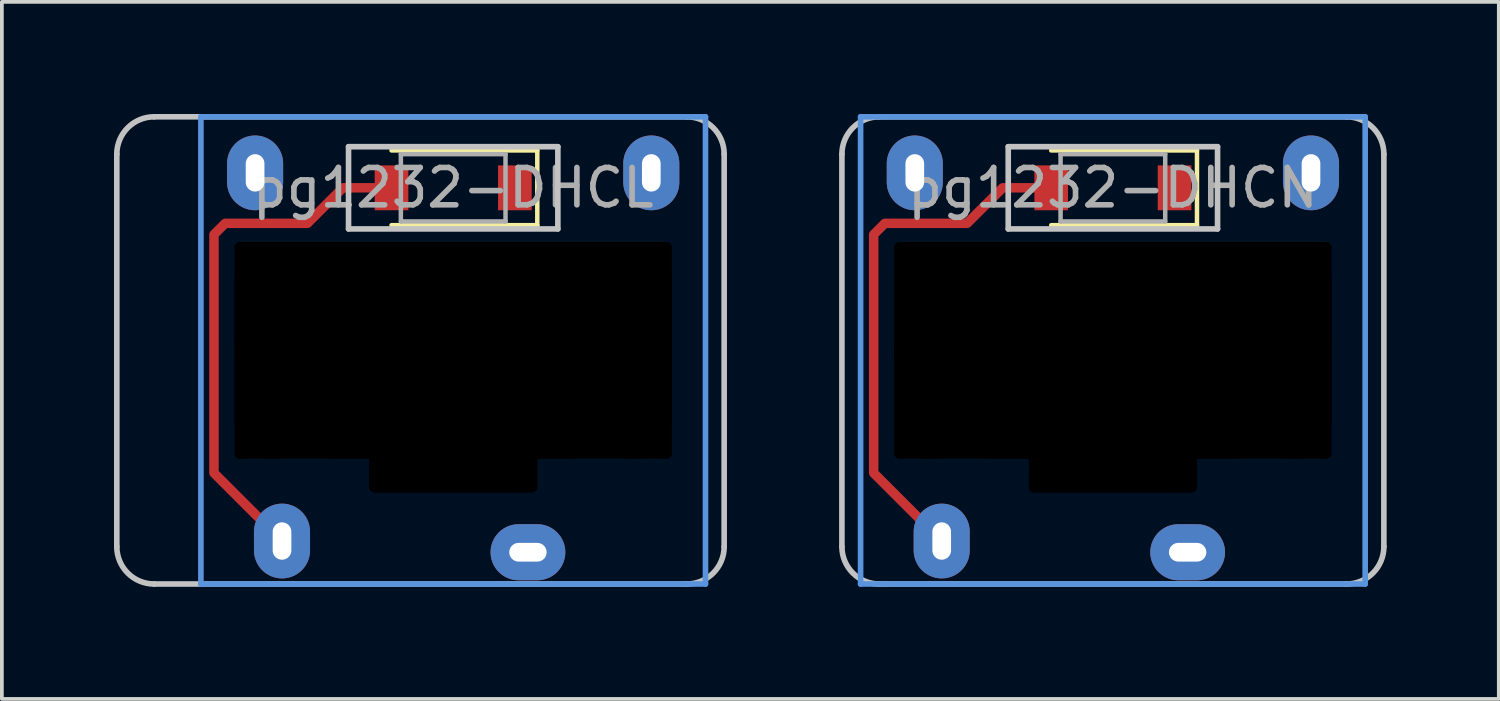
<source format=kicad_pcb>
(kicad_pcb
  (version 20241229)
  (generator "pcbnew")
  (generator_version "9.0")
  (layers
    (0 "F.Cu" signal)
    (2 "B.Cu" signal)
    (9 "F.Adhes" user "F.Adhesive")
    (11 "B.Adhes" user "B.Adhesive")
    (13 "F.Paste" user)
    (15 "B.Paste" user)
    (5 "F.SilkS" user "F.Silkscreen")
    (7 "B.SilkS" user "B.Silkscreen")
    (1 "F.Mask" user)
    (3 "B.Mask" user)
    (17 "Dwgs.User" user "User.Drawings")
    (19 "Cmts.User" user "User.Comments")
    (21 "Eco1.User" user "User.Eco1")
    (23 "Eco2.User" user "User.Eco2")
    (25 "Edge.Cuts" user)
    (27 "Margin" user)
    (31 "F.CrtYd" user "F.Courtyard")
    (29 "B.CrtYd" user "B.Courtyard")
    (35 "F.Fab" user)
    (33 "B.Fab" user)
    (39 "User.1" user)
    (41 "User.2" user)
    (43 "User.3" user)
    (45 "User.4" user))
  (footprint "pg1232-DHCN"
    (layer "F.Cu")
    (at 26.725 1.975)
    (property "Reference" "pg1232-DHCN" (at 0 0 0) (layer "F.Fab") (effects (font (size 1 1) (thickness 0.15))))
    (attr smd)
    (fp_line (start 2.25 -1) (end -1.65 -1) (stroke (width 0.12) (type solid)) (layer "F.SilkS"))
    (fp_line (start 2.25 -1) (end 2.25 1) (stroke (width 0.12) (type solid)) (layer "F.SilkS"))
    (fp_line (start 2.25 1) (end -1.65 1) (stroke (width 0.12) (type solid)) (layer "F.SilkS"))
    (fp_line (start -7.25 9.6) (end -7.25 -0.9) (stroke (width 0.15) (type solid)) (layer "Dwgs.User"))
    (fp_line (start -6.25 -1.9) (end 6.25 -1.9) (stroke (width 0.15) (type solid)) (layer "Dwgs.User"))
    (fp_line (start -2.8 -1.1) (end -2.8 1.1) (stroke (width 0.15) (type solid)) (layer "Dwgs.User"))
    (fp_line (start -2.8 1.1) (end 2.8 1.1) (stroke (width 0.15) (type solid)) (layer "Dwgs.User"))
    (fp_line (start 2.8 -1.1) (end -2.8 -1.1) (stroke (width 0.15) (type solid)) (layer "Dwgs.User"))
    (fp_line (start 2.8 1.1) (end 2.8 -1.1) (stroke (width 0.15) (type solid)) (layer "Dwgs.User"))
    (fp_line (start 6.25 10.6) (end -6.25 10.6) (stroke (width 0.15) (type solid)) (layer "Dwgs.User"))
    (fp_line (start 7.25 -0.9) (end 7.25 9.6) (stroke (width 0.15) (type solid)) (layer "Dwgs.User"))
    (fp_arc (start -7.25 -0.9) (mid -6.957107 -1.607107) (end -6.25 -1.9) (stroke (width 0.15) (type solid)) (layer "Dwgs.User"))
    (fp_arc (start -6.25 10.6) (mid -6.957107 10.307107) (end -7.25 9.6) (stroke (width 0.15) (type solid)) (layer "Dwgs.User"))
    (fp_arc (start 6.25 -1.9) (mid 6.957107 -1.607107) (end 7.25 -0.9) (stroke (width 0.15) (type solid)) (layer "Dwgs.User"))
    (fp_arc (start 7.25 9.6) (mid 6.957107 10.307107) (end 6.25 10.6) (stroke (width 0.15) (type solid)) (layer "Dwgs.User"))
    (fp_line (start -6.75 -1.9) (end -6.75 10.6) (stroke (width 0.15) (type solid)) (layer "Cmts.User"))
    (fp_line (start -6.75 10.6) (end 6.75 10.6) (stroke (width 0.15) (type solid)) (layer "Cmts.User"))
    (fp_line (start 6.75 -1.9) (end -6.75 -1.9) (stroke (width 0.15) (type solid)) (layer "Cmts.User"))
    (fp_line (start 6.75 10.6) (end 6.75 -1.9) (stroke (width 0.15) (type solid)) (layer "Cmts.User"))
    (fp_line (start -1.4 -0.9) (end -1.4 0.9) (stroke (width 0.12) (type solid)) (layer "F.Fab"))
    (fp_line (start -1.4 0.9) (end 1.4 0.9) (stroke (width 0.12) (type solid)) (layer "F.Fab"))
    (fp_line (start 1.4 -0.9) (end -1.4 -0.9) (stroke (width 0.12) (type solid)) (layer "F.Fab"))
    (fp_line (start 1.4 0.9) (end 1.4 -0.9) (stroke (width 0.12) (type solid)) (layer "F.Fab"))
    (pad "" np_thru_hole oval (at -5.7 4.35 90) (size 5.8 0.3) (drill oval 5.8 0.3) (layers "*.Mask"))
    (pad "" thru_hole oval (at -5.3 -0.4 90) (size 2 1.5) (drill oval 1 0.5) (layers "*.Cu" "B.Mask"))
    (pad "" np_thru_hole oval (at -4.85 4.35) (size 2 5.8) (drill oval 2 5.8) (layers "*.Mask"))
    (pad "" thru_hole oval (at -4.58 9.45 90) (size 2 1.5) (drill oval 1 0.5) (layers "*.Cu" "B.Mask"))
    (pad "" np_thru_hole oval (at -2.1 7.6 90) (size 1.1 0.3) (drill oval 1.1 0.3) (layers "*.Mask"))
    (pad "" smd custom (at -1.65 0) (size 0.254 0.254) (layers "F.Cu") (options (anchor circle)) (primitives (gr_line (start -4.75 7.63) (end -2.93 9.45) (width 0.254)) (gr_line (start 0 0) (end -1.3 0) (width 0.254)) (gr_line (start -1.3 0) (end -2.25 0.95) (width 0.254)) (gr_line (start -4.75 1.25) (end -4.75 7.63) (width 0.254)) (gr_line (start -2.25 0.95) (end -4.45 0.95) (width 0.254)) (gr_line (start -4.45 0.95) (end -4.75 1.25) (width 0.254))))
    (pad "" smd rect (at -1.65 0) (size 0.9 1.2) (layers "F.Cu" "F.Mask" "F.Paste"))
    (pad "" np_thru_hole oval (at 0 1.6) (size 11.7 0.3) (drill oval 11.7 0.3) (layers "*.Mask"))
    (pad "" np_thru_hole oval (at 0 4.35) (size 11.7 5.8) (drill oval 11.7 5.8) (layers "*.Mask"))
    (pad "" np_thru_hole oval (at 0 7.1) (size 11.7 0.3) (drill oval 11.7 0.3) (layers "*.Mask"))
    (pad "" np_thru_hole oval (at 0 7.65) (size 4.5 1) (drill oval 4.5 1) (layers "*.Mask"))
    (pad "" np_thru_hole oval (at 0 8) (size 4.5 0.3) (drill oval 4.5 0.3) (layers "*.Mask"))
    (pad "" np_thru_hole oval (at 2.1 7.6 90) (size 1.1 0.3) (drill oval 1.1 0.3) (layers "*.Mask"))
    (pad "" np_thru_hole oval (at 4.85 4.35) (size 2 5.8) (drill oval 2 5.8) (layers "*.Mask"))
    (pad "" thru_hole oval (at 5.3 -0.4 90) (size 2 1.5) (drill oval 1 0.5) (layers "*.Cu" "B.Mask"))
    (pad "" np_thru_hole oval (at 5.7 4.35 90) (size 5.8 0.3) (drill oval 5.8 0.3) (layers "*.Mask"))
    (pad "1" thru_hole oval (at 2 9.75) (size 2 1.5) (drill oval 1 0.5) (layers "*.Cu" "B.Mask"))
    (pad "2" smd rect (at 1.65 0) (size 0.9 1.2) (layers "F.Cu" "F.Mask" "F.Paste")))
  (footprint "pg1232-DHCL"
    (layer "F.Cu")
    (at 9.075 1.975)
    (property "Reference" "pg1232-DHCL" (at 0 0 0) (layer "F.Fab") (effects (font (size 1 1) (thickness 0.15))))
    (attr smd)
    (fp_line (start 2.25 -1) (end -1.65 -1) (stroke (width 0.12) (type solid)) (layer "F.SilkS"))
    (fp_line (start 2.25 -1) (end 2.25 1) (stroke (width 0.12) (type solid)) (layer "F.SilkS"))
    (fp_line (start 2.25 1) (end -1.65 1) (stroke (width 0.12) (type solid)) (layer "F.SilkS"))
    (fp_line (start -9 9.6) (end -9 -0.9) (stroke (width 0.15) (type solid)) (layer "Dwgs.User"))
    (fp_line (start -8 -1.9) (end 6.25 -1.9) (stroke (width 0.15) (type solid)) (layer "Dwgs.User"))
    (fp_line (start -2.8 -1.1) (end -2.8 1.1) (stroke (width 0.15) (type solid)) (layer "Dwgs.User"))
    (fp_line (start -2.8 1.1) (end 2.8 1.1) (stroke (width 0.15) (type solid)) (layer "Dwgs.User"))
    (fp_line (start 2.8 -1.1) (end -2.8 -1.1) (stroke (width 0.15) (type solid)) (layer "Dwgs.User"))
    (fp_line (start 2.8 1.1) (end 2.8 -1.1) (stroke (width 0.15) (type solid)) (layer "Dwgs.User"))
    (fp_line (start 6.25 10.6) (end -8 10.6) (stroke (width 0.15) (type solid)) (layer "Dwgs.User"))
    (fp_line (start 7.25 -0.9) (end 7.25 9.6) (stroke (width 0.15) (type solid)) (layer "Dwgs.User"))
    (fp_arc (start -9 -0.9) (mid -8.707107 -1.607107) (end -8 -1.9) (stroke (width 0.15) (type solid)) (layer "Dwgs.User"))
    (fp_arc (start -8 10.6) (mid -8.707107 10.307107) (end -9 9.6) (stroke (width 0.15) (type solid)) (layer "Dwgs.User"))
    (fp_arc (start 6.25 -1.9) (mid 6.957107 -1.607107) (end 7.25 -0.9) (stroke (width 0.15) (type solid)) (layer "Dwgs.User"))
    (fp_arc (start 7.25 9.6) (mid 6.957107 10.307107) (end 6.25 10.6) (stroke (width 0.15) (type solid)) (layer "Dwgs.User"))
    (fp_line (start -6.75 -1.9) (end -6.75 10.6) (stroke (width 0.15) (type solid)) (layer "Cmts.User"))
    (fp_line (start -6.75 10.6) (end 6.75 10.6) (stroke (width 0.15) (type solid)) (layer "Cmts.User"))
    (fp_line (start 6.75 -1.9) (end -6.75 -1.9) (stroke (width 0.15) (type solid)) (layer "Cmts.User"))
    (fp_line (start 6.75 10.6) (end 6.75 -1.9) (stroke (width 0.15) (type solid)) (layer "Cmts.User"))
    (fp_line (start -1.4 -0.9) (end -1.4 0.9) (stroke (width 0.12) (type solid)) (layer "F.Fab"))
    (fp_line (start -1.4 0.9) (end 1.4 0.9) (stroke (width 0.12) (type solid)) (layer "F.Fab"))
    (fp_line (start 1.4 -0.9) (end -1.4 -0.9) (stroke (width 0.12) (type solid)) (layer "F.Fab"))
    (fp_line (start 1.4 0.9) (end 1.4 -0.9) (stroke (width 0.12) (type solid)) (layer "F.Fab"))
    (pad "" np_thru_hole oval (at -5.7 4.35 90) (size 5.8 0.3) (drill oval 5.8 0.3) (layers "*.Mask"))
    (pad "" thru_hole oval (at -5.3 -0.4 90) (size 2 1.5) (drill oval 1 0.5) (layers "*.Cu" "B.Mask"))
    (pad "" np_thru_hole oval (at -4.85 4.35) (size 2 5.8) (drill oval 2 5.8) (layers "*.Mask"))
    (pad "" thru_hole oval (at -4.58 9.45 90) (size 2 1.5) (drill oval 1 0.5) (layers "*.Cu" "B.Mask"))
    (pad "" np_thru_hole oval (at -2.1 7.6 90) (size 1.1 0.3) (drill oval 1.1 0.3) (layers "*.Mask"))
    (pad "" smd custom (at -1.65 0) (size 0.254 0.254) (layers "F.Cu") (options (anchor circle)) (primitives (gr_line (start -4.75 7.63) (end -2.93 9.45) (width 0.254)) (gr_line (start 0 0) (end -1.3 0) (width 0.254)) (gr_line (start -1.3 0) (end -2.25 0.95) (width 0.254)) (gr_line (start -4.75 1.25) (end -4.75 7.63) (width 0.254)) (gr_line (start -2.25 0.95) (end -4.45 0.95) (width 0.254)) (gr_line (start -4.45 0.95) (end -4.75 1.25) (width 0.254))))
    (pad "" smd rect (at -1.65 0) (size 0.9 1.2) (layers "F.Cu" "F.Mask" "F.Paste"))
    (pad "" np_thru_hole oval (at 0 1.6) (size 11.7 0.3) (drill oval 11.7 0.3) (layers "*.Mask"))
    (pad "" np_thru_hole oval (at 0 4.35) (size 11.7 5.8) (drill oval 11.7 5.8) (layers "*.Mask"))
    (pad "" np_thru_hole oval (at 0 7.1) (size 11.7 0.3) (drill oval 11.7 0.3) (layers "*.Mask"))
    (pad "" np_thru_hole oval (at 0 7.65) (size 4.5 1) (drill oval 4.5 1) (layers "*.Mask"))
    (pad "" np_thru_hole oval (at 0 8) (size 4.5 0.3) (drill oval 4.5 0.3) (layers "*.Mask"))
    (pad "" np_thru_hole oval (at 2.1 7.6 90) (size 1.1 0.3) (drill oval 1.1 0.3) (layers "*.Mask"))
    (pad "" np_thru_hole oval (at 4.85 4.35) (size 2 5.8) (drill oval 2 5.8) (layers "*.Mask"))
    (pad "" thru_hole oval (at 5.3 -0.4 90) (size 2 1.5) (drill oval 1 0.5) (layers "*.Cu" "B.Mask"))
    (pad "" np_thru_hole oval (at 5.7 4.35 90) (size 5.8 0.3) (drill oval 5.8 0.3) (layers "*.Mask"))
    (pad "1" thru_hole oval (at 2 9.75) (size 2 1.5) (drill oval 1 0.5) (layers "*.Cu" "B.Mask"))
    (pad "2" smd rect (at 1.65 0) (size 0.9 1.2) (layers "F.Cu" "F.Mask" "F.Paste")))
  (gr_rect
    (start -3 -3)
    (end 37.05 15.65)
    (stroke (width 0.1) (type default))
    (fill no)
    (layer "Edge.Cuts")))
</source>
